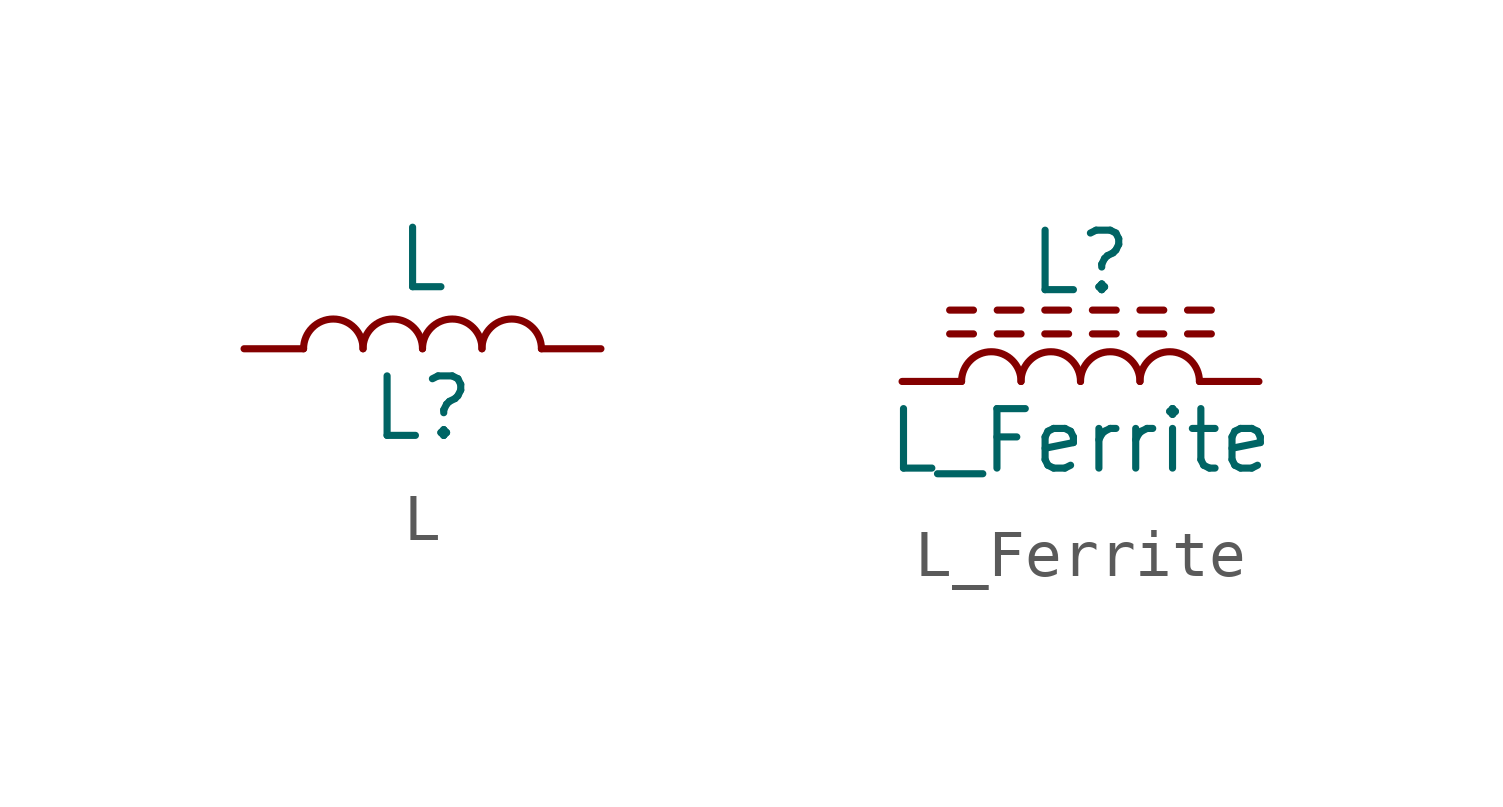
<source format=kicad_sym>
(kicad_symbol_lib
  (version 20231120)
  (generator "kicad_symbol_editor")
  (generator_version "8.0")
  (symbol "L"
    (pin_numbers hide)
    (pin_names
      (offset 1.016) hide)
    (property "Reference" "L"
      (at 0 -1.27 0)
      (effects (font (size 1.27 1.27))))
    (property "Value" "L"
      (at 0 1.905 0)
      (effects (font (size 1.27 1.27))))
    (symbol "L_0_1"
      (arc (start -1.27 0) (mid -1.905 0.6323) (end -2.54 0) (stroke (width 0) (type default)) (fill (type none)))
      (arc (start 0 0) (mid -0.635 0.6323) (end -1.27 0) (stroke (width 0) (type default)) (fill (type none)))
      (arc (start 1.27 0) (mid 0.635 0.6323) (end 0 0) (stroke (width 0) (type default)) (fill (type none)))
      (arc (start 2.54 0) (mid 1.905 0.6323) (end 1.27 0) (stroke (width 0) (type default)) (fill (type none))))
    (symbol "L_1_1"
      (pin passive line (at -3.81 0 0) (length 1.27) (name "1" (effects (font (size 1.27 1.27)))) (number "1" (effects (font (size 1.27 1.27)))))
      (pin passive line (at 3.81 0 180) (length 1.27) (name "2" (effects (font (size 1.27 1.27)))) (number "2" (effects (font (size 1.27 1.27)))))))
  (symbol "L_Ferrite"
    (pin_numbers hide)
    (pin_names
      (offset 1.016) hide)
    (property "Reference" "L"
      (at 0 2.54 0)
      (effects (font (size 1.27 1.27))))
    (property "Value" "L_Ferrite"
      (at 0 -1.27 0)
      (effects (font (size 1.27 1.27))))
    (symbol "L_Ferrite_0_1"
      (arc (start -1.27 0) (mid -1.905 0.6323) (end -2.54 0) (stroke (width 0) (type default)) (fill (type none)))
      (arc (start 0 0) (mid -0.635 0.6323) (end -1.27 0) (stroke (width 0) (type default)) (fill (type none)))
      (polyline (pts (xy -2.794 1.524) (xy -2.286 1.524)) (stroke (width 0) (type default)) (fill (type none)))
      (polyline (pts (xy -2.286 1.016) (xy -2.794 1.016)) (stroke (width 0) (type default)) (fill (type none)))
      (polyline (pts (xy -1.778 1.524) (xy -1.27 1.524)) (stroke (width 0) (type default)) (fill (type none)))
      (polyline (pts (xy -1.27 1.016) (xy -1.778 1.016)) (stroke (width 0) (type default)) (fill (type none)))
      (polyline (pts (xy -0.762 1.524) (xy -0.254 1.524)) (stroke (width 0) (type default)) (fill (type none)))
      (polyline (pts (xy -0.254 1.016) (xy -0.762 1.016)) (stroke (width 0) (type default)) (fill (type none)))
      (polyline (pts (xy 0.254 1.524) (xy 0.762 1.524)) (stroke (width 0) (type default)) (fill (type none)))
      (polyline (pts (xy 0.762 1.016) (xy 0.254 1.016)) (stroke (width 0) (type default)) (fill (type none)))
      (polyline (pts (xy 1.27 1.524) (xy 1.778 1.524)) (stroke (width 0) (type default)) (fill (type none)))
      (polyline (pts (xy 1.778 1.016) (xy 1.27 1.016)) (stroke (width 0) (type default)) (fill (type none)))
      (polyline (pts (xy 2.286 1.524) (xy 2.794 1.524)) (stroke (width 0) (type default)) (fill (type none)))
      (polyline (pts (xy 2.794 1.016) (xy 2.286 1.016)) (stroke (width 0) (type default)) (fill (type none)))
      (arc (start 1.27 0) (mid 0.635 0.6323) (end 0 0) (stroke (width 0) (type default)) (fill (type none)))
      (arc (start 2.54 0) (mid 1.905 0.6323) (end 1.27 0) (stroke (width 0) (type default)) (fill (type none))))
    (symbol "L_Ferrite_1_1"
      (pin passive line (at -3.81 0 0) (length 1.27) (name "1" (effects (font (size 1.27 1.27)))) (number "1" (effects (font (size 1.27 1.27)))))
      (pin passive line (at 3.81 0 180) (length 1.27) (name "2" (effects (font (size 1.27 1.27)))) (number "2" (effects (font (size 1.27 1.27))))))))
</source>
